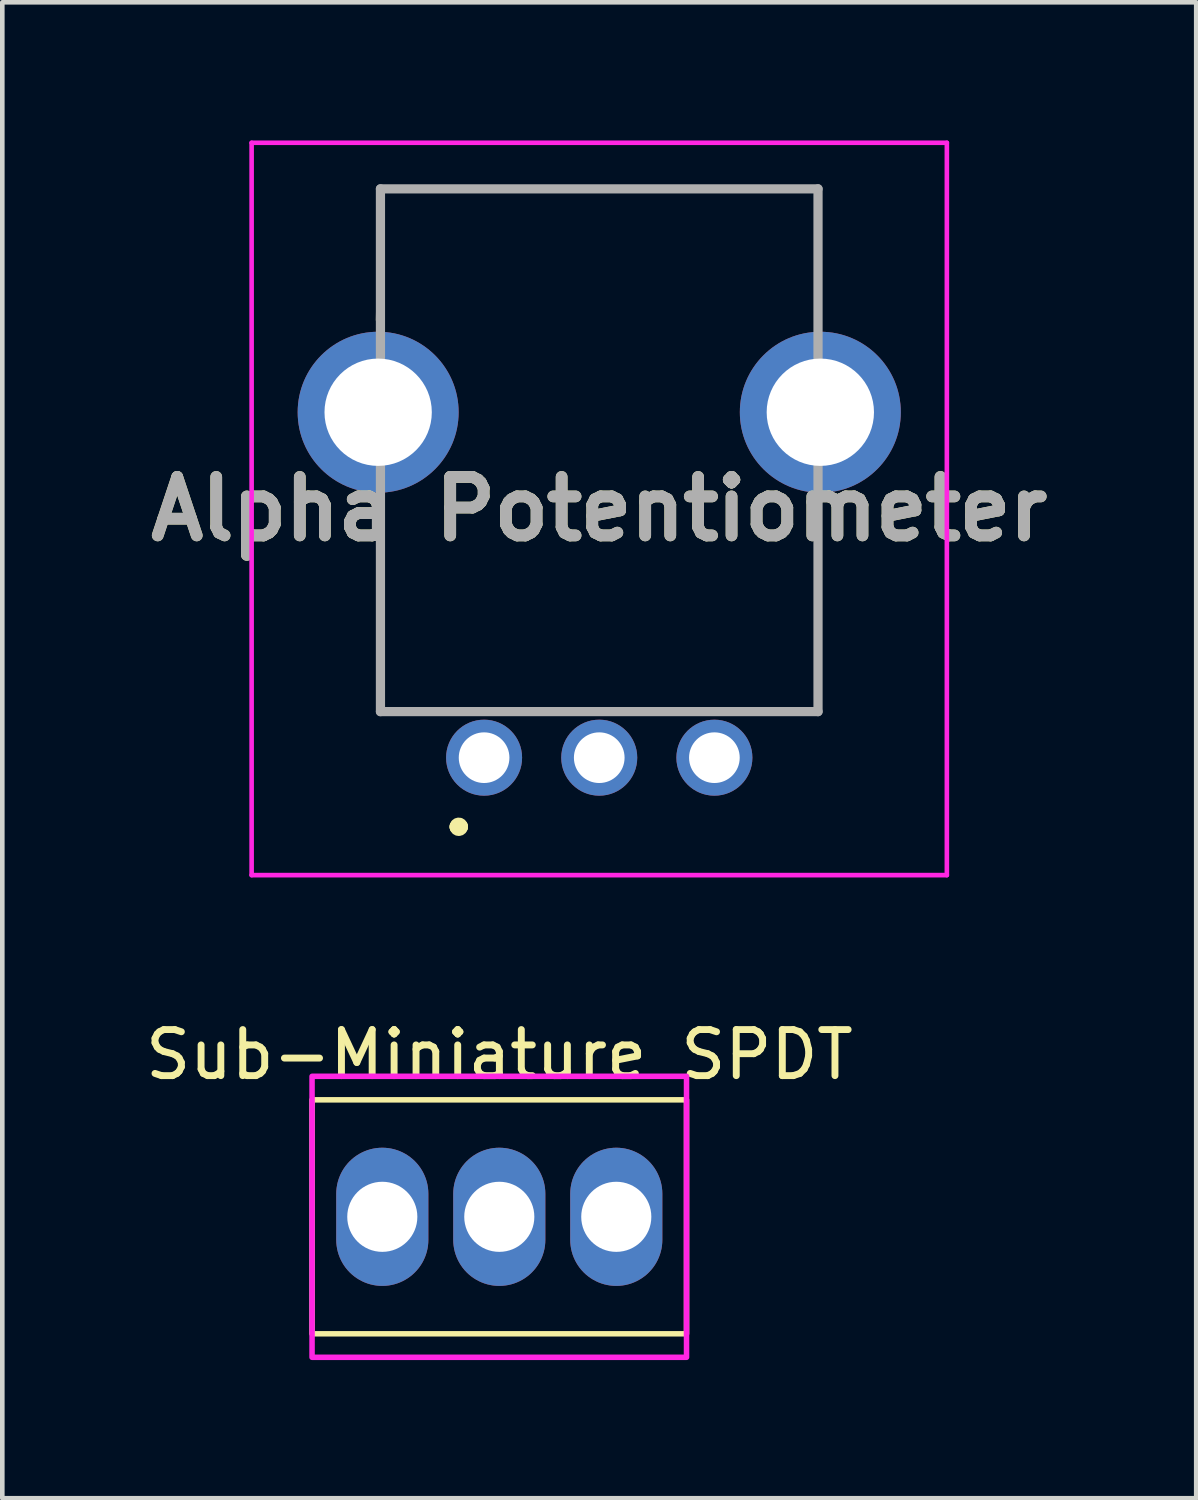
<source format=kicad_pcb>
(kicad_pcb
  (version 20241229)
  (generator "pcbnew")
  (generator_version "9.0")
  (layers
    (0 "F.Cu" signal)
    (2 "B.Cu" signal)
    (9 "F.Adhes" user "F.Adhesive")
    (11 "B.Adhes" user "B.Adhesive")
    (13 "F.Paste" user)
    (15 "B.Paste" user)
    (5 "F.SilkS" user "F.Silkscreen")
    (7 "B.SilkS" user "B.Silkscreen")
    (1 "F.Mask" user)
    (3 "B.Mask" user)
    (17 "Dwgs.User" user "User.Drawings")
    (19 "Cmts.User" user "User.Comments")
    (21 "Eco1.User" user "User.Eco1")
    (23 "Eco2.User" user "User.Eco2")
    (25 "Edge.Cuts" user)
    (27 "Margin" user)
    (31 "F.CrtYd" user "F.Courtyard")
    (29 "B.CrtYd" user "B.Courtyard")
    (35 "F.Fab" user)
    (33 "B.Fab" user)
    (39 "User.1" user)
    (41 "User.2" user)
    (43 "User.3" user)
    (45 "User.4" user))
  (footprint "Sub-Miniature SPDT"
    (layer "F.Cu")
    (at 7.79 23.368)
    (property "Reference" "Sub-Miniature SPDT" (at 0.002 -3.52 0) (unlocked yes) (layer "F.SilkS") (effects (font (size 1 1) (thickness 0.15))))
    (attr through_hole)
    (fp_rect (start -4.065 -2.54) (end 4.065 2.54) (stroke (width 0.12) (type solid)) (fill no) (layer "F.SilkS"))
    (fp_rect (start -4.065 -3.05) (end 4.065 3.05) (stroke (width 0.12) (type solid)) (fill no) (layer "F.CrtYd"))
    (pad "1" thru_hole oval (at -2.54 0 180) (size 2 3) (drill 1.522) (layers "*.Cu" "*.Mask"))
    (pad "2" thru_hole oval (at 0 0 180) (size 2 3) (drill 1.522) (layers "*.Cu" "*.Mask"))
    (pad "3" thru_hole oval (at 2.54 0 180) (size 2 3) (drill 1.522) (layers "*.Cu" "*.Mask")))
  (footprint "Alpha Potentiometer"
    (layer "F.Cu")
    (at 7.46 13.4)
    (property "Reference" "Alpha Potentiometer" (at 2.5 -5.4 0) (layer "F.SilkS") (effects (font (size 1.27 1.27) (thickness 0.254))))
    (attr through_hole)
    (fp_line (start -2.3 -9.5) (end -2.25 -12.35) (stroke (width 0.1) (type solid)) (layer "F.SilkS"))
    (fp_line (start -2.3 -5.5) (end -2.25 -1) (stroke (width 0.1) (type solid)) (layer "F.SilkS"))
    (fp_line (start -2.25 -12.35) (end 7.25 -12.35) (stroke (width 0.1) (type solid)) (layer "F.SilkS"))
    (fp_line (start -2.25 -1) (end 7.25 -1) (stroke (width 0.1) (type solid)) (layer "F.SilkS"))
    (fp_line (start -0.6 1.5) (end -0.6 1.5) (stroke (width 0.3) (type solid)) (layer "F.SilkS"))
    (fp_line (start -0.5 1.5) (end -0.5 1.5) (stroke (width 0.3) (type solid)) (layer "F.SilkS"))
    (fp_line (start 7.25 -12.35) (end 7.25 -9.5) (stroke (width 0.1) (type solid)) (layer "F.SilkS"))
    (fp_line (start 7.25 -1) (end 7.25 -5.5) (stroke (width 0.1) (type solid)) (layer "F.SilkS"))
    (fp_arc (start -0.6 1.5) (mid -0.55 1.45) (end -0.5 1.5) (stroke (width 0.3) (type solid)) (layer "F.SilkS"))
    (fp_arc (start -0.5 1.5) (mid -0.55 1.55) (end -0.6 1.5) (stroke (width 0.3) (type solid)) (layer "F.SilkS"))
    (fp_line (start -5.047 -13.35) (end 10.047 -13.35) (stroke (width 0.1) (type solid)) (layer "F.CrtYd"))
    (fp_line (start -5.047 2.55) (end -5.047 -13.35) (stroke (width 0.1) (type solid)) (layer "F.CrtYd"))
    (fp_line (start 10.047 -13.35) (end 10.047 2.55) (stroke (width 0.1) (type solid)) (layer "F.CrtYd"))
    (fp_line (start 10.047 2.55) (end -5.047 2.55) (stroke (width 0.1) (type solid)) (layer "F.CrtYd"))
    (fp_line (start -2.25 -12.35) (end 7.25 -12.35) (stroke (width 0.2) (type solid)) (layer "F.Fab"))
    (fp_line (start -2.25 -1) (end -2.25 -12.35) (stroke (width 0.2) (type solid)) (layer "F.Fab"))
    (fp_line (start 7.25 -12.35) (end 7.25 -1) (stroke (width 0.2) (type solid)) (layer "F.Fab"))
    (fp_line (start 7.25 -1) (end -2.25 -1) (stroke (width 0.2) (type solid)) (layer "F.Fab"))
    (fp_line (start 2.5 -3.86) (end 2.5 -11.36) (stroke (width 0.12) (type solid)) (layer "User.1"))
    (fp_line (start 6.25 -7.61) (end -1.25 -7.61) (stroke (width 0.12) (type solid)) (layer "User.1"))
    (fp_circle (center 2.5 -7.61) (end 6.01 -8.93) (stroke (width 0.12) (type solid)) (fill no) (layer "User.1"))
    (fp_text user "${REFERENCE}" (at 2.5 -5.4 0) (layer "F.Fab") (effects (font (size 1.27 1.27) (thickness 0.254))))
    (pad "1" thru_hole circle (at 0 0) (size 1.65 1.65) (drill 1.1) (layers "*.Cu" "*.Mask"))
    (pad "2" thru_hole circle (at 2.5 0) (size 1.65 1.65) (drill 1.1) (layers "*.Cu" "*.Mask"))
    (pad "3" thru_hole circle (at 5 0) (size 1.65 1.65) (drill 1.1) (layers "*.Cu" "*.Mask"))
    (pad "MH1" thru_hole circle (at -2.3 -7.5) (size 3.495 3.495) (drill 2.33) (layers "*.Cu" "*.Mask"))
    (pad "MH2" thru_hole circle (at 7.3 -7.5) (size 3.495 3.495) (drill 2.33) (layers "*.Cu" "*.Mask")))
  (gr_rect
    (start -3 -3)
    (end 22.921 29.478)
    (stroke (width 0.1) (type default))
    (fill no)
    (layer "Edge.Cuts")))
</source>
